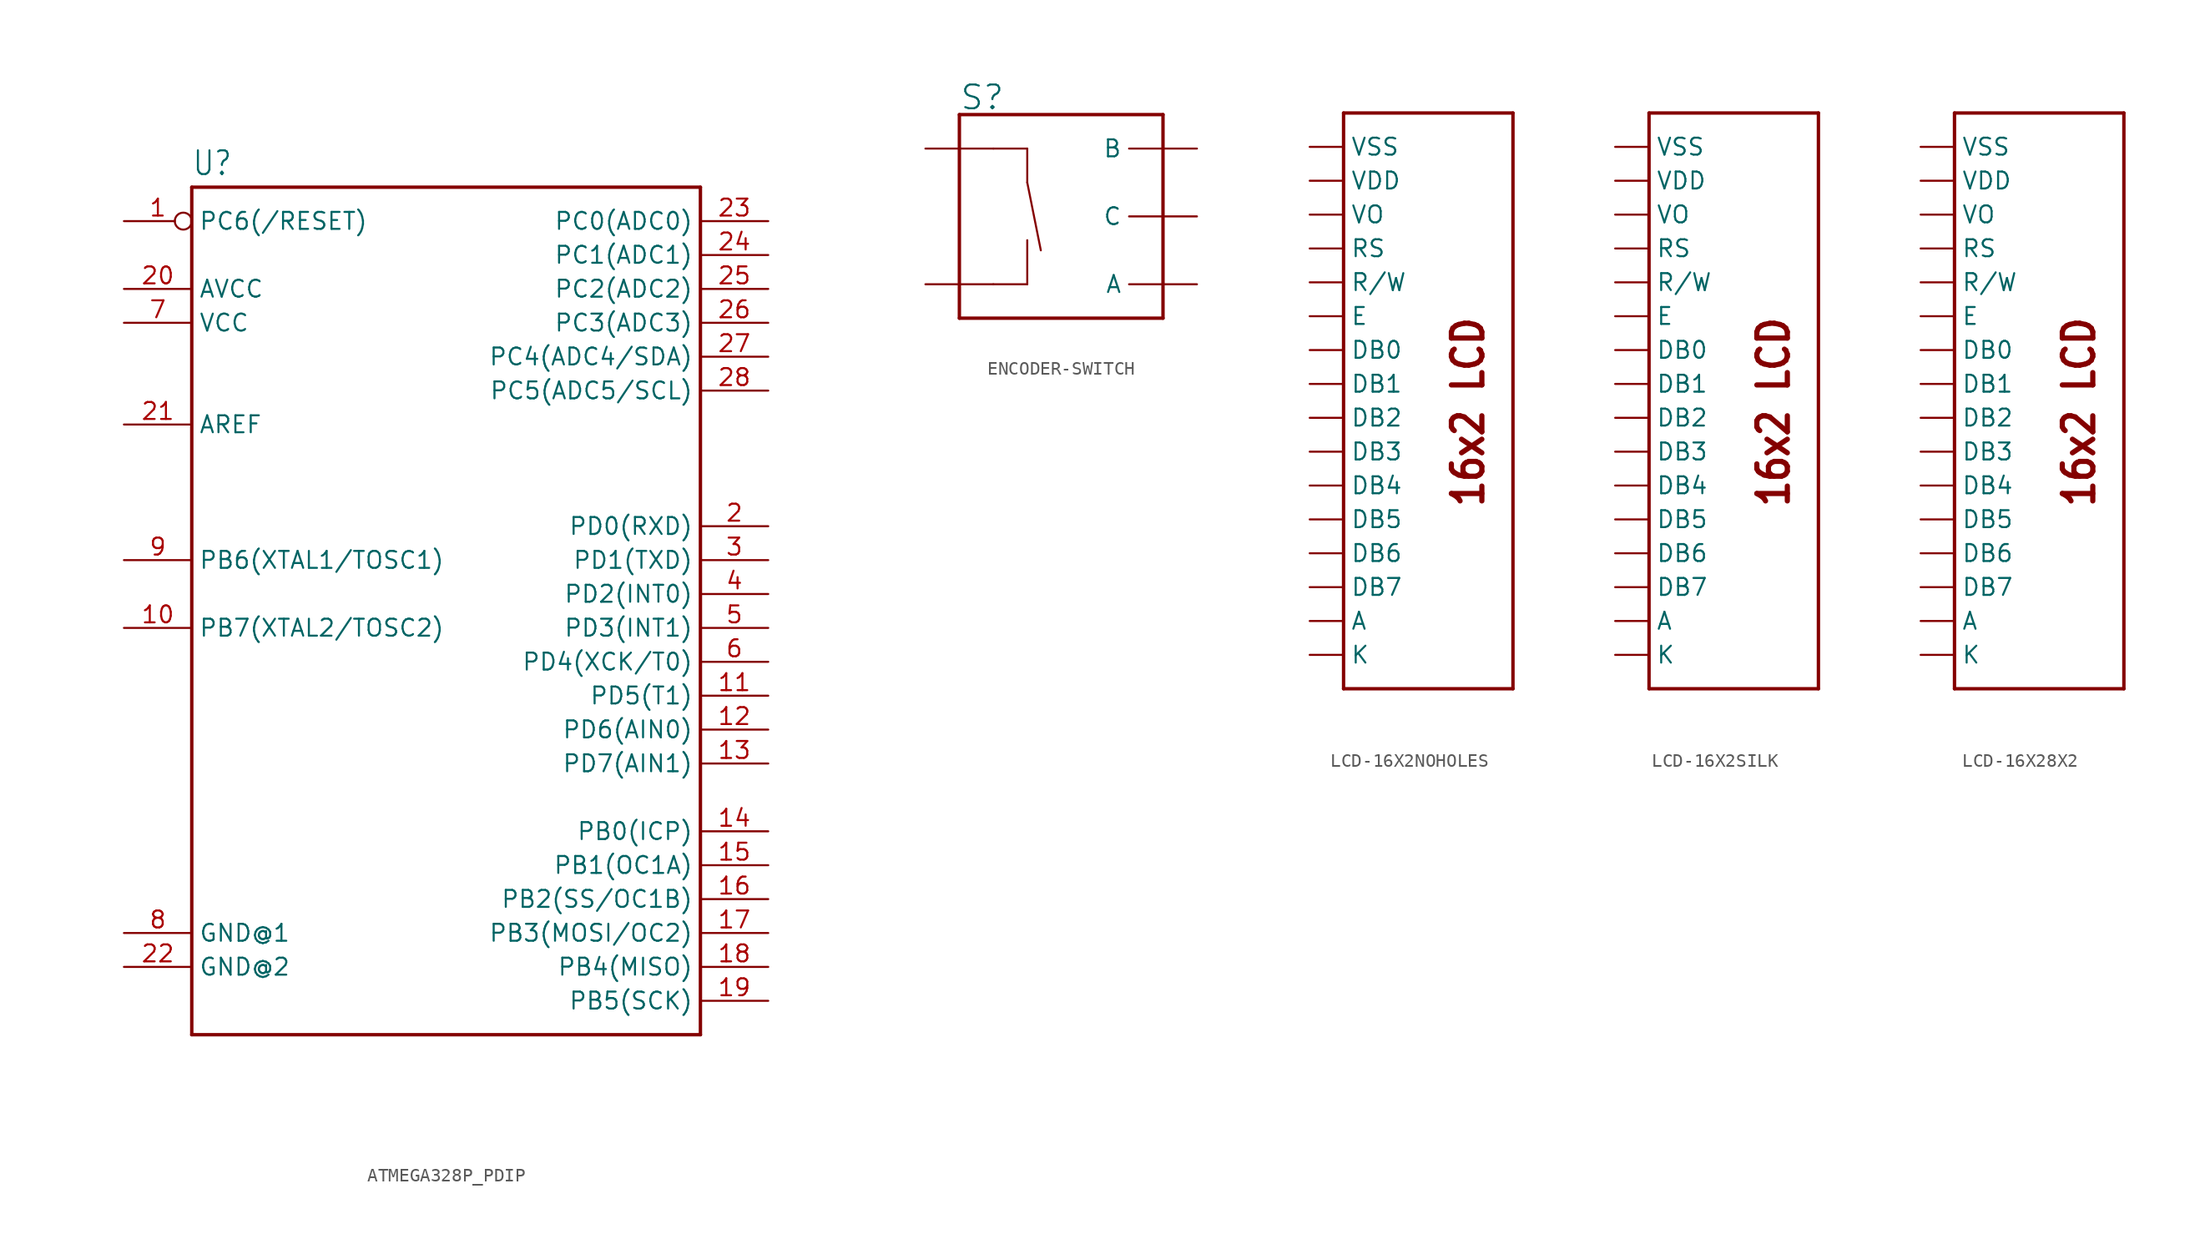
<source format=kicad_sym>
(kicad_symbol_lib
  (version 20220914)
  (generator kicad_symbol_editor)
  (symbol "ATMEGA328P_PDIP"
    (property "Reference" "U"
      (at -17.78 28.702 0)
      (effects (font (size 1.778 1.511)) (justify left bottom)))
    (property "Value" ""
      (at -17.78 -38.1 0)
      (effects (font (size 1.778 1.511)) (justify left bottom)))
    (property "ki_locked" ""
      (at 0 0 0)
      (effects (font (size 1.27 1.27))))
    (symbol "ATMEGA328P_PDIP_1_0"
      (polyline (pts (xy -17.78 -35.56) (xy -17.78 27.94)) (stroke (width 0.254) (type solid)) (fill (type none)))
      (polyline (pts (xy -17.78 27.94) (xy 20.32 27.94)) (stroke (width 0.254) (type solid)) (fill (type none)))
      (polyline (pts (xy 20.32 -35.56) (xy -17.78 -35.56)) (stroke (width 0.254) (type solid)) (fill (type none)))
      (polyline (pts (xy 20.32 27.94) (xy 20.32 -35.56)) (stroke (width 0.254) (type solid)) (fill (type none)))
      (pin bidirectional inverted (at -22.86 25.4 0) (length 5.08) (name "PC6(/RESET)" (effects (font (size 1.27 1.27)))) (number "1" (effects (font (size 1.27 1.27)))))
      (pin bidirectional line (at -22.86 -5.08 0) (length 5.08) (name "PB7(XTAL2/TOSC2)" (effects (font (size 1.27 1.27)))) (number "10" (effects (font (size 1.27 1.27)))))
      (pin bidirectional line (at 25.4 -10.16 180) (length 5.08) (name "PD5(T1)" (effects (font (size 1.27 1.27)))) (number "11" (effects (font (size 1.27 1.27)))))
      (pin bidirectional line (at 25.4 -12.7 180) (length 5.08) (name "PD6(AIN0)" (effects (font (size 1.27 1.27)))) (number "12" (effects (font (size 1.27 1.27)))))
      (pin bidirectional line (at 25.4 -15.24 180) (length 5.08) (name "PD7(AIN1)" (effects (font (size 1.27 1.27)))) (number "13" (effects (font (size 1.27 1.27)))))
      (pin bidirectional line (at 25.4 -20.32 180) (length 5.08) (name "PB0(ICP)" (effects (font (size 1.27 1.27)))) (number "14" (effects (font (size 1.27 1.27)))))
      (pin bidirectional line (at 25.4 -22.86 180) (length 5.08) (name "PB1(OC1A)" (effects (font (size 1.27 1.27)))) (number "15" (effects (font (size 1.27 1.27)))))
      (pin bidirectional line (at 25.4 -25.4 180) (length 5.08) (name "PB2(SS/OC1B)" (effects (font (size 1.27 1.27)))) (number "16" (effects (font (size 1.27 1.27)))))
      (pin bidirectional line (at 25.4 -27.94 180) (length 5.08) (name "PB3(MOSI/OC2)" (effects (font (size 1.27 1.27)))) (number "17" (effects (font (size 1.27 1.27)))))
      (pin bidirectional line (at 25.4 -30.48 180) (length 5.08) (name "PB4(MISO)" (effects (font (size 1.27 1.27)))) (number "18" (effects (font (size 1.27 1.27)))))
      (pin bidirectional line (at 25.4 -33.02 180) (length 5.08) (name "PB5(SCK)" (effects (font (size 1.27 1.27)))) (number "19" (effects (font (size 1.27 1.27)))))
      (pin bidirectional line (at 25.4 2.54 180) (length 5.08) (name "PD0(RXD)" (effects (font (size 1.27 1.27)))) (number "2" (effects (font (size 1.27 1.27)))))
      (pin bidirectional line (at -22.86 20.32 0) (length 5.08) (name "AVCC" (effects (font (size 1.27 1.27)))) (number "20" (effects (font (size 1.27 1.27)))))
      (pin bidirectional line (at -22.86 10.16 0) (length 5.08) (name "AREF" (effects (font (size 1.27 1.27)))) (number "21" (effects (font (size 1.27 1.27)))))
      (pin bidirectional line (at -22.86 -30.48 0) (length 5.08) (name "GND@2" (effects (font (size 1.27 1.27)))) (number "22" (effects (font (size 1.27 1.27)))))
      (pin bidirectional line (at 25.4 25.4 180) (length 5.08) (name "PC0(ADC0)" (effects (font (size 1.27 1.27)))) (number "23" (effects (font (size 1.27 1.27)))))
      (pin bidirectional line (at 25.4 22.86 180) (length 5.08) (name "PC1(ADC1)" (effects (font (size 1.27 1.27)))) (number "24" (effects (font (size 1.27 1.27)))))
      (pin bidirectional line (at 25.4 20.32 180) (length 5.08) (name "PC2(ADC2)" (effects (font (size 1.27 1.27)))) (number "25" (effects (font (size 1.27 1.27)))))
      (pin bidirectional line (at 25.4 17.78 180) (length 5.08) (name "PC3(ADC3)" (effects (font (size 1.27 1.27)))) (number "26" (effects (font (size 1.27 1.27)))))
      (pin bidirectional line (at 25.4 15.24 180) (length 5.08) (name "PC4(ADC4/SDA)" (effects (font (size 1.27 1.27)))) (number "27" (effects (font (size 1.27 1.27)))))
      (pin bidirectional line (at 25.4 12.7 180) (length 5.08) (name "PC5(ADC5/SCL)" (effects (font (size 1.27 1.27)))) (number "28" (effects (font (size 1.27 1.27)))))
      (pin bidirectional line (at 25.4 0 180) (length 5.08) (name "PD1(TXD)" (effects (font (size 1.27 1.27)))) (number "3" (effects (font (size 1.27 1.27)))))
      (pin bidirectional line (at 25.4 -2.54 180) (length 5.08) (name "PD2(INT0)" (effects (font (size 1.27 1.27)))) (number "4" (effects (font (size 1.27 1.27)))))
      (pin bidirectional line (at 25.4 -5.08 180) (length 5.08) (name "PD3(INT1)" (effects (font (size 1.27 1.27)))) (number "5" (effects (font (size 1.27 1.27)))))
      (pin bidirectional line (at 25.4 -7.62 180) (length 5.08) (name "PD4(XCK/T0)" (effects (font (size 1.27 1.27)))) (number "6" (effects (font (size 1.27 1.27)))))
      (pin bidirectional line (at -22.86 17.78 0) (length 5.08) (name "VCC" (effects (font (size 1.27 1.27)))) (number "7" (effects (font (size 1.27 1.27)))))
      (pin bidirectional line (at -22.86 -27.94 0) (length 5.08) (name "GND@1" (effects (font (size 1.27 1.27)))) (number "8" (effects (font (size 1.27 1.27)))))
      (pin bidirectional line (at -22.86 0 0) (length 5.08) (name "PB6(XTAL1/TOSC1)" (effects (font (size 1.27 1.27)))) (number "9" (effects (font (size 1.27 1.27)))))))
  (symbol "ENCODER-SWITCH"
    (property "Reference" "S"
      (at -7.62 7.874 0)
      (effects (font (size 1.778 1.778)) (justify left bottom)))
    (property "Value" ""
      (at -7.62 -7.874 0)
      (effects (font (size 1.778 1.778)) (justify left top)))
    (property "ki_locked" ""
      (at 0 0 0)
      (effects (font (size 1.27 1.27))))
    (symbol "ENCODER-SWITCH_1_0"
      (polyline (pts (xy -7.62 -7.62) (xy -7.62 7.62)) (stroke (width 0.254) (type solid)) (fill (type none)))
      (polyline (pts (xy -7.62 7.62) (xy 7.62 7.62)) (stroke (width 0.254) (type solid)) (fill (type none)))
      (polyline (pts (xy -5.08 -5.08) (xy -2.54 -5.08)) (stroke (width 0.152) (type solid)) (fill (type none)))
      (polyline (pts (xy -5.08 5.08) (xy -2.54 5.08)) (stroke (width 0.152) (type solid)) (fill (type none)))
      (polyline (pts (xy -2.54 -5.08) (xy -2.54 -1.778)) (stroke (width 0.152) (type solid)) (fill (type none)))
      (polyline (pts (xy -2.54 2.54) (xy -1.524 -2.54)) (stroke (width 0.152) (type solid)) (fill (type none)))
      (polyline (pts (xy -2.54 5.08) (xy -2.54 2.54)) (stroke (width 0.152) (type solid)) (fill (type none)))
      (polyline (pts (xy 7.62 -7.62) (xy -7.62 -7.62)) (stroke (width 0.254) (type solid)) (fill (type none)))
      (polyline (pts (xy 7.62 7.62) (xy 7.62 -7.62)) (stroke (width 0.254) (type solid)) (fill (type none)))
      (pin bidirectional line (at 10.16 -5.08 180) (length 5.08) (name "A" (effects (font (size 1.27 1.27)))) (number "A" (effects (font (size 0 0)))))
      (pin bidirectional line (at 10.16 5.08 180) (length 5.08) (name "B" (effects (font (size 1.27 1.27)))) (number "B" (effects (font (size 0 0)))))
      (pin bidirectional line (at 10.16 0 180) (length 5.08) (name "C" (effects (font (size 1.27 1.27)))) (number "C" (effects (font (size 0 0)))))
      (pin bidirectional line (at -10.16 5.08 0) (length 5.08) (name "SW+" (effects (font (size 0 0)))) (number "SW+" (effects (font (size 0 0)))))
      (pin bidirectional line (at -10.16 -5.08 0) (length 5.08) (name "SW-" (effects (font (size 0 0)))) (number "SW-" (effects (font (size 0 0)))))))
  (symbol "LCD-16X2NOHOLES"
    (property "Reference" "LCD"
      (at -7.62 23.368 0)
      (effects (font (size 1.778 1.511)) (justify left bottom) hide))
    (property "ki_locked" ""
      (at 0 0 0)
      (effects (font (size 1.27 1.27))))
    (symbol "LCD-16X2NOHOLES_1_0"
      (polyline (pts (xy -7.62 -20.32) (xy 5.08 -20.32)) (stroke (width 0.254) (type solid)) (fill (type none)))
      (polyline (pts (xy -7.62 22.86) (xy -7.62 -20.32)) (stroke (width 0.254) (type solid)) (fill (type none)))
      (polyline (pts (xy 5.08 -20.32) (xy 5.08 22.86)) (stroke (width 0.254) (type solid)) (fill (type none)))
      (polyline (pts (xy 5.08 22.86) (xy -7.62 22.86)) (stroke (width 0.254) (type solid)) (fill (type none)))
      (text "16x2 LCD" (at 3.048 -6.858 900) (effects (font (size 2.286 1.943) (thickness 0.389) bold) (justify left bottom)))
      (pin power_in line (at -10.16 20.32 0) (length 2.54) (name "VSS" (effects (font (size 1.27 1.27)))) (number "1" (effects (font (size 0 0)))))
      (pin bidirectional line (at -10.16 -2.54 0) (length 2.54) (name "DB3" (effects (font (size 1.27 1.27)))) (number "10" (effects (font (size 0 0)))))
      (pin bidirectional line (at -10.16 -5.08 0) (length 2.54) (name "DB4" (effects (font (size 1.27 1.27)))) (number "11" (effects (font (size 0 0)))))
      (pin bidirectional line (at -10.16 -7.62 0) (length 2.54) (name "DB5" (effects (font (size 1.27 1.27)))) (number "12" (effects (font (size 0 0)))))
      (pin bidirectional line (at -10.16 -10.16 0) (length 2.54) (name "DB6" (effects (font (size 1.27 1.27)))) (number "13" (effects (font (size 0 0)))))
      (pin bidirectional line (at -10.16 -12.7 0) (length 2.54) (name "DB7" (effects (font (size 1.27 1.27)))) (number "14" (effects (font (size 0 0)))))
      (pin power_in line (at -10.16 -15.24 0) (length 2.54) (name "A" (effects (font (size 1.27 1.27)))) (number "15" (effects (font (size 0 0)))))
      (pin power_in line (at -10.16 -17.78 0) (length 2.54) (name "K" (effects (font (size 1.27 1.27)))) (number "16" (effects (font (size 0 0)))))
      (pin power_in line (at -10.16 17.78 0) (length 2.54) (name "VDD" (effects (font (size 1.27 1.27)))) (number "2" (effects (font (size 0 0)))))
      (pin bidirectional line (at -10.16 15.24 0) (length 2.54) (name "VO" (effects (font (size 1.27 1.27)))) (number "3" (effects (font (size 0 0)))))
      (pin input line (at -10.16 12.7 0) (length 2.54) (name "RS" (effects (font (size 1.27 1.27)))) (number "4" (effects (font (size 0 0)))))
      (pin input line (at -10.16 10.16 0) (length 2.54) (name "R/W" (effects (font (size 1.27 1.27)))) (number "5" (effects (font (size 0 0)))))
      (pin input line (at -10.16 7.62 0) (length 2.54) (name "E" (effects (font (size 1.27 1.27)))) (number "6" (effects (font (size 0 0)))))
      (pin bidirectional line (at -10.16 5.08 0) (length 2.54) (name "DB0" (effects (font (size 1.27 1.27)))) (number "7" (effects (font (size 0 0)))))
      (pin bidirectional line (at -10.16 2.54 0) (length 2.54) (name "DB1" (effects (font (size 1.27 1.27)))) (number "8" (effects (font (size 0 0)))))
      (pin bidirectional line (at -10.16 0 0) (length 2.54) (name "DB2" (effects (font (size 1.27 1.27)))) (number "9" (effects (font (size 0 0)))))))
  (symbol "LCD-16X2SILK"
    (property "Reference" "LCD"
      (at -7.62 23.368 0)
      (effects (font (size 1.778 1.511)) (justify left bottom) hide))
    (property "ki_locked" ""
      (at 0 0 0)
      (effects (font (size 1.27 1.27))))
    (symbol "LCD-16X2SILK_1_0"
      (polyline (pts (xy -7.62 -20.32) (xy 5.08 -20.32)) (stroke (width 0.254) (type solid)) (fill (type none)))
      (polyline (pts (xy -7.62 22.86) (xy -7.62 -20.32)) (stroke (width 0.254) (type solid)) (fill (type none)))
      (polyline (pts (xy 5.08 -20.32) (xy 5.08 22.86)) (stroke (width 0.254) (type solid)) (fill (type none)))
      (polyline (pts (xy 5.08 22.86) (xy -7.62 22.86)) (stroke (width 0.254) (type solid)) (fill (type none)))
      (text "16x2 LCD" (at 3.048 -6.858 900) (effects (font (size 2.286 1.943) (thickness 0.389) bold) (justify left bottom)))
      (pin power_in line (at -10.16 20.32 0) (length 2.54) (name "VSS" (effects (font (size 1.27 1.27)))) (number "1" (effects (font (size 0 0)))))
      (pin bidirectional line (at -10.16 -2.54 0) (length 2.54) (name "DB3" (effects (font (size 1.27 1.27)))) (number "10" (effects (font (size 0 0)))))
      (pin bidirectional line (at -10.16 -5.08 0) (length 2.54) (name "DB4" (effects (font (size 1.27 1.27)))) (number "11" (effects (font (size 0 0)))))
      (pin bidirectional line (at -10.16 -7.62 0) (length 2.54) (name "DB5" (effects (font (size 1.27 1.27)))) (number "12" (effects (font (size 0 0)))))
      (pin bidirectional line (at -10.16 -10.16 0) (length 2.54) (name "DB6" (effects (font (size 1.27 1.27)))) (number "13" (effects (font (size 0 0)))))
      (pin bidirectional line (at -10.16 -12.7 0) (length 2.54) (name "DB7" (effects (font (size 1.27 1.27)))) (number "14" (effects (font (size 0 0)))))
      (pin power_in line (at -10.16 -15.24 0) (length 2.54) (name "A" (effects (font (size 1.27 1.27)))) (number "15" (effects (font (size 0 0)))))
      (pin power_in line (at -10.16 -17.78 0) (length 2.54) (name "K" (effects (font (size 1.27 1.27)))) (number "16" (effects (font (size 0 0)))))
      (pin power_in line (at -10.16 17.78 0) (length 2.54) (name "VDD" (effects (font (size 1.27 1.27)))) (number "2" (effects (font (size 0 0)))))
      (pin bidirectional line (at -10.16 15.24 0) (length 2.54) (name "VO" (effects (font (size 1.27 1.27)))) (number "3" (effects (font (size 0 0)))))
      (pin input line (at -10.16 12.7 0) (length 2.54) (name "RS" (effects (font (size 1.27 1.27)))) (number "4" (effects (font (size 0 0)))))
      (pin input line (at -10.16 10.16 0) (length 2.54) (name "R/W" (effects (font (size 1.27 1.27)))) (number "5" (effects (font (size 0 0)))))
      (pin input line (at -10.16 7.62 0) (length 2.54) (name "E" (effects (font (size 1.27 1.27)))) (number "6" (effects (font (size 0 0)))))
      (pin bidirectional line (at -10.16 5.08 0) (length 2.54) (name "DB0" (effects (font (size 1.27 1.27)))) (number "7" (effects (font (size 0 0)))))
      (pin bidirectional line (at -10.16 2.54 0) (length 2.54) (name "DB1" (effects (font (size 1.27 1.27)))) (number "8" (effects (font (size 0 0)))))
      (pin bidirectional line (at -10.16 0 0) (length 2.54) (name "DB2" (effects (font (size 1.27 1.27)))) (number "9" (effects (font (size 0 0)))))))
  (symbol "LCD-16X28X2"
    (property "Reference" "LCD"
      (at -7.62 23.368 0)
      (effects (font (size 1.778 1.511)) (justify left bottom) hide))
    (property "ki_locked" ""
      (at 0 0 0)
      (effects (font (size 1.27 1.27))))
    (symbol "LCD-16X28X2_1_0"
      (polyline (pts (xy -7.62 -20.32) (xy 5.08 -20.32)) (stroke (width 0.254) (type solid)) (fill (type none)))
      (polyline (pts (xy -7.62 22.86) (xy -7.62 -20.32)) (stroke (width 0.254) (type solid)) (fill (type none)))
      (polyline (pts (xy 5.08 -20.32) (xy 5.08 22.86)) (stroke (width 0.254) (type solid)) (fill (type none)))
      (polyline (pts (xy 5.08 22.86) (xy -7.62 22.86)) (stroke (width 0.254) (type solid)) (fill (type none)))
      (text "16x2 LCD" (at 3.048 -6.858 900) (effects (font (size 2.286 1.943) (thickness 0.389) bold) (justify left bottom)))
      (pin power_in line (at -10.16 20.32 0) (length 2.54) (name "VSS" (effects (font (size 1.27 1.27)))) (number "1" (effects (font (size 0 0)))))
      (pin bidirectional line (at -10.16 -2.54 0) (length 2.54) (name "DB3" (effects (font (size 1.27 1.27)))) (number "10" (effects (font (size 0 0)))))
      (pin bidirectional line (at -10.16 -5.08 0) (length 2.54) (name "DB4" (effects (font (size 1.27 1.27)))) (number "11" (effects (font (size 0 0)))))
      (pin bidirectional line (at -10.16 -7.62 0) (length 2.54) (name "DB5" (effects (font (size 1.27 1.27)))) (number "12" (effects (font (size 0 0)))))
      (pin bidirectional line (at -10.16 -10.16 0) (length 2.54) (name "DB6" (effects (font (size 1.27 1.27)))) (number "13" (effects (font (size 0 0)))))
      (pin bidirectional line (at -10.16 -12.7 0) (length 2.54) (name "DB7" (effects (font (size 1.27 1.27)))) (number "14" (effects (font (size 0 0)))))
      (pin power_in line (at -10.16 -15.24 0) (length 2.54) (name "A" (effects (font (size 1.27 1.27)))) (number "15" (effects (font (size 0 0)))))
      (pin power_in line (at -10.16 -17.78 0) (length 2.54) (name "K" (effects (font (size 1.27 1.27)))) (number "16" (effects (font (size 0 0)))))
      (pin power_in line (at -10.16 17.78 0) (length 2.54) (name "VDD" (effects (font (size 1.27 1.27)))) (number "2" (effects (font (size 0 0)))))
      (pin bidirectional line (at -10.16 15.24 0) (length 2.54) (name "VO" (effects (font (size 1.27 1.27)))) (number "3" (effects (font (size 0 0)))))
      (pin input line (at -10.16 12.7 0) (length 2.54) (name "RS" (effects (font (size 1.27 1.27)))) (number "4" (effects (font (size 0 0)))))
      (pin input line (at -10.16 10.16 0) (length 2.54) (name "R/W" (effects (font (size 1.27 1.27)))) (number "5" (effects (font (size 0 0)))))
      (pin input line (at -10.16 7.62 0) (length 2.54) (name "E" (effects (font (size 1.27 1.27)))) (number "6" (effects (font (size 0 0)))))
      (pin bidirectional line (at -10.16 5.08 0) (length 2.54) (name "DB0" (effects (font (size 1.27 1.27)))) (number "7" (effects (font (size 0 0)))))
      (pin bidirectional line (at -10.16 2.54 0) (length 2.54) (name "DB1" (effects (font (size 1.27 1.27)))) (number "8" (effects (font (size 0 0)))))
      (pin bidirectional line (at -10.16 0 0) (length 2.54) (name "DB2" (effects (font (size 1.27 1.27)))) (number "9" (effects (font (size 0 0))))))))
</source>
